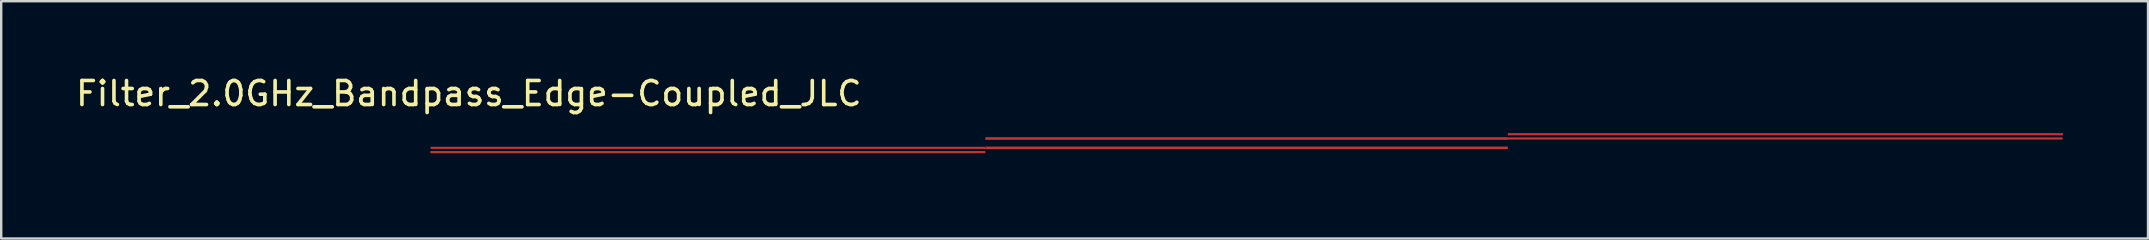
<source format=kicad_pcb>
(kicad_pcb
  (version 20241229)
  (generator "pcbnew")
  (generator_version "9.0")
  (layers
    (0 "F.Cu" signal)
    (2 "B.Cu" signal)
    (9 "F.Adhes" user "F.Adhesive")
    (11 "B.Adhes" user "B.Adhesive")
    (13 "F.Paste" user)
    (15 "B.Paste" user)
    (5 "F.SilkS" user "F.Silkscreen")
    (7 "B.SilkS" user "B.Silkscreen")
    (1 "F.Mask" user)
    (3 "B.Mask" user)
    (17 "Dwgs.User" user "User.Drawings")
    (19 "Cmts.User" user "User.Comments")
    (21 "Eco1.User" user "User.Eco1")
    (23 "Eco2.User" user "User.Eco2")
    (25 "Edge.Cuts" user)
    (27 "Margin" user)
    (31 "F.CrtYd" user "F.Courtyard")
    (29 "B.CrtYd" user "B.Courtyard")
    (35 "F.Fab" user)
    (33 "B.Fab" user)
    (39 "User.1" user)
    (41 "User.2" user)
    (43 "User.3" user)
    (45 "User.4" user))
  (footprint "Filter_2.0GHz_Bandpass_Edge-Coupled_JLC"
    (layer "F.Cu")
    (at 14.89 3.287)
    (property "Reference" "Filter_2.0GHz_Bandpass_Edge-Coupled_JLC" (at 1.593 -2.438 0) (layer "F.SilkS") (effects (font (size 1 1) (thickness 0.15))))
    (attr through_hole)
    (fp_poly (pts (xy 23.114 -0.222) (xy 23.114 -0.133) (xy 0 -0.133) (xy 0 -0.222)) (stroke (width 0) (type solid)) (fill yes) (layer "F.Cu"))
    (fp_poly (pts (xy 23.114 -0.044) (xy 23.114 0.044) (xy 0 0.044) (xy 0 -0.044)) (stroke (width 0) (type solid)) (fill yes) (layer "F.Cu"))
    (fp_poly (pts (xy 44.882 -0.231) (xy 44.882 -0.124) (xy 23.114 -0.124) (xy 23.114 -0.231)) (stroke (width 0) (type solid)) (fill yes) (layer "F.Cu"))
    (fp_poly (pts (xy 44.882 -0.62) (xy 44.882 -0.513) (xy 23.114 -0.513) (xy 23.114 -0.62)) (stroke (width 0) (type solid)) (fill yes) (layer "F.Cu"))
    (fp_poly (pts (xy 67.996 -0.789) (xy 67.996 -0.7) (xy 44.882 -0.7) (xy 44.882 -0.789)) (stroke (width 0) (type solid)) (fill yes) (layer "F.Cu"))
    (fp_poly (pts (xy 67.996 -0.611) (xy 67.996 -0.522) (xy 44.882 -0.522) (xy 44.882 -0.611)) (stroke (width 0) (type solid)) (fill yes) (layer "F.Cu"))
    (fp_poly (pts (xy 68.504 0.552) (xy -0.508 0.552) (xy -0.508 -1.298) (xy 68.504 -1.298)) (stroke (width 0.1) (type solid)) (fill yes) (layer "F.Mask"))
    (pad "1" smd rect (at 0.038 0) (size 0.076 0.076) (layers "F.Cu" "F.Mask"))
    (pad "2" smd rect (at 67.958 -0.744) (size 0.076 0.076) (layers "F.Cu" "F.Mask")))
  (gr_rect
    (start -3 -3)
    (end 86.443 6.889)
    (stroke (width 0.1) (type default))
    (fill no)
    (layer "Edge.Cuts")))
</source>
